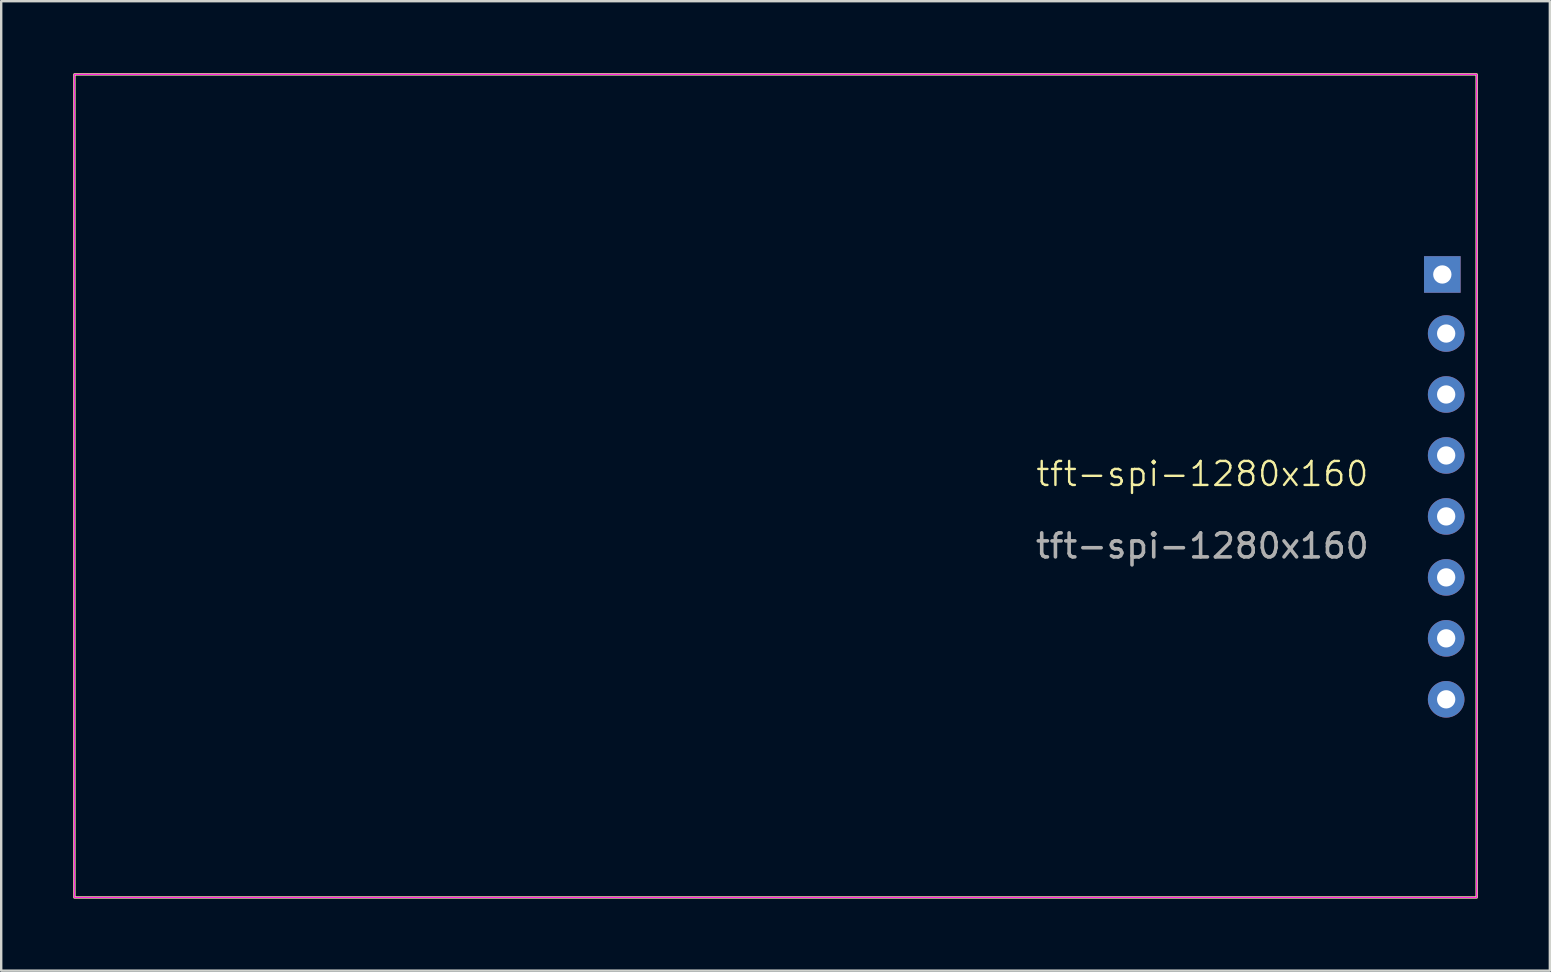
<source format=kicad_pcb>
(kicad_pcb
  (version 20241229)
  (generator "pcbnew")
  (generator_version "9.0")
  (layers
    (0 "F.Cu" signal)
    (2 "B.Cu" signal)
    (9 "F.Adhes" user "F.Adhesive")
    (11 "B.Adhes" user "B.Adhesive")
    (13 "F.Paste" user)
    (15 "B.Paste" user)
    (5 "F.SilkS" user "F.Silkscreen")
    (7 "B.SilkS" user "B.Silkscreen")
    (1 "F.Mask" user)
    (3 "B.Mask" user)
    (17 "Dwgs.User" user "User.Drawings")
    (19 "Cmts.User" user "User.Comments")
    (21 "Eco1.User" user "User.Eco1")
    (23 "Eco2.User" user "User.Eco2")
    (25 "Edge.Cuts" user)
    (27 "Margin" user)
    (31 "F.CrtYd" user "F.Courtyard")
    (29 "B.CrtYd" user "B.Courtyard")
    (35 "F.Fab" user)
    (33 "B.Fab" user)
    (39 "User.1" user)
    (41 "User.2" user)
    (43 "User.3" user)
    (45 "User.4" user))
  (footprint "tft-spi-1280x160"
    (layer "F.Cu")
    (at 47.04 17.195)
    (property "Reference" "tft-spi-1280x160" (at 0 -0.5 0) (unlocked yes) (layer "F.SilkS") (effects (font (size 1 1) (thickness 0.1))))
    (attr through_hole)
    (fp_rect (start -46.99 -17.145) (end 11.43 17.145) (stroke (width 0.1) (type default)) (fill no) (layer "F.SilkS"))
    (fp_rect (start -46.99 -17.145) (end 11.43 17.145) (stroke (width 0.05) (type default)) (fill no) (layer "F.CrtYd"))
    (fp_text user "${REFERENCE}" (at 0 2.5 0) (unlocked yes) (layer "F.Fab") (effects (font (size 1 1) (thickness 0.15))))
    (pad "1" thru_hole rect (at 10 -8.81) (size 1.524 1.524) (drill 0.762) (layers "*.Cu" "*.Mask"))
    (pad "2" thru_hole circle (at 10.16 -6.35) (size 1.524 1.524) (drill 0.762) (layers "*.Cu" "*.Mask"))
    (pad "3" thru_hole circle (at 10.16 -3.81) (size 1.524 1.524) (drill 0.762) (layers "*.Cu" "*.Mask"))
    (pad "4" thru_hole circle (at 10.16 -1.27) (size 1.524 1.524) (drill 0.762) (layers "*.Cu" "*.Mask"))
    (pad "5" thru_hole circle (at 10.16 1.27) (size 1.524 1.524) (drill 0.762) (layers "*.Cu" "*.Mask"))
    (pad "6" thru_hole circle (at 10.16 3.81) (size 1.524 1.524) (drill 0.762) (layers "*.Cu" "*.Mask"))
    (pad "7" thru_hole circle (at 10.16 6.35) (size 1.524 1.524) (drill 0.762) (layers "*.Cu" "*.Mask"))
    (pad "8" thru_hole circle (at 10.16 8.89) (size 1.524 1.524) (drill 0.762) (layers "*.Cu" "*.Mask")))
  (gr_rect
    (start -3 -3)
    (end 61.52 37.39)
    (stroke (width 0.1) (type default))
    (fill no)
    (layer "Edge.Cuts")))
</source>
